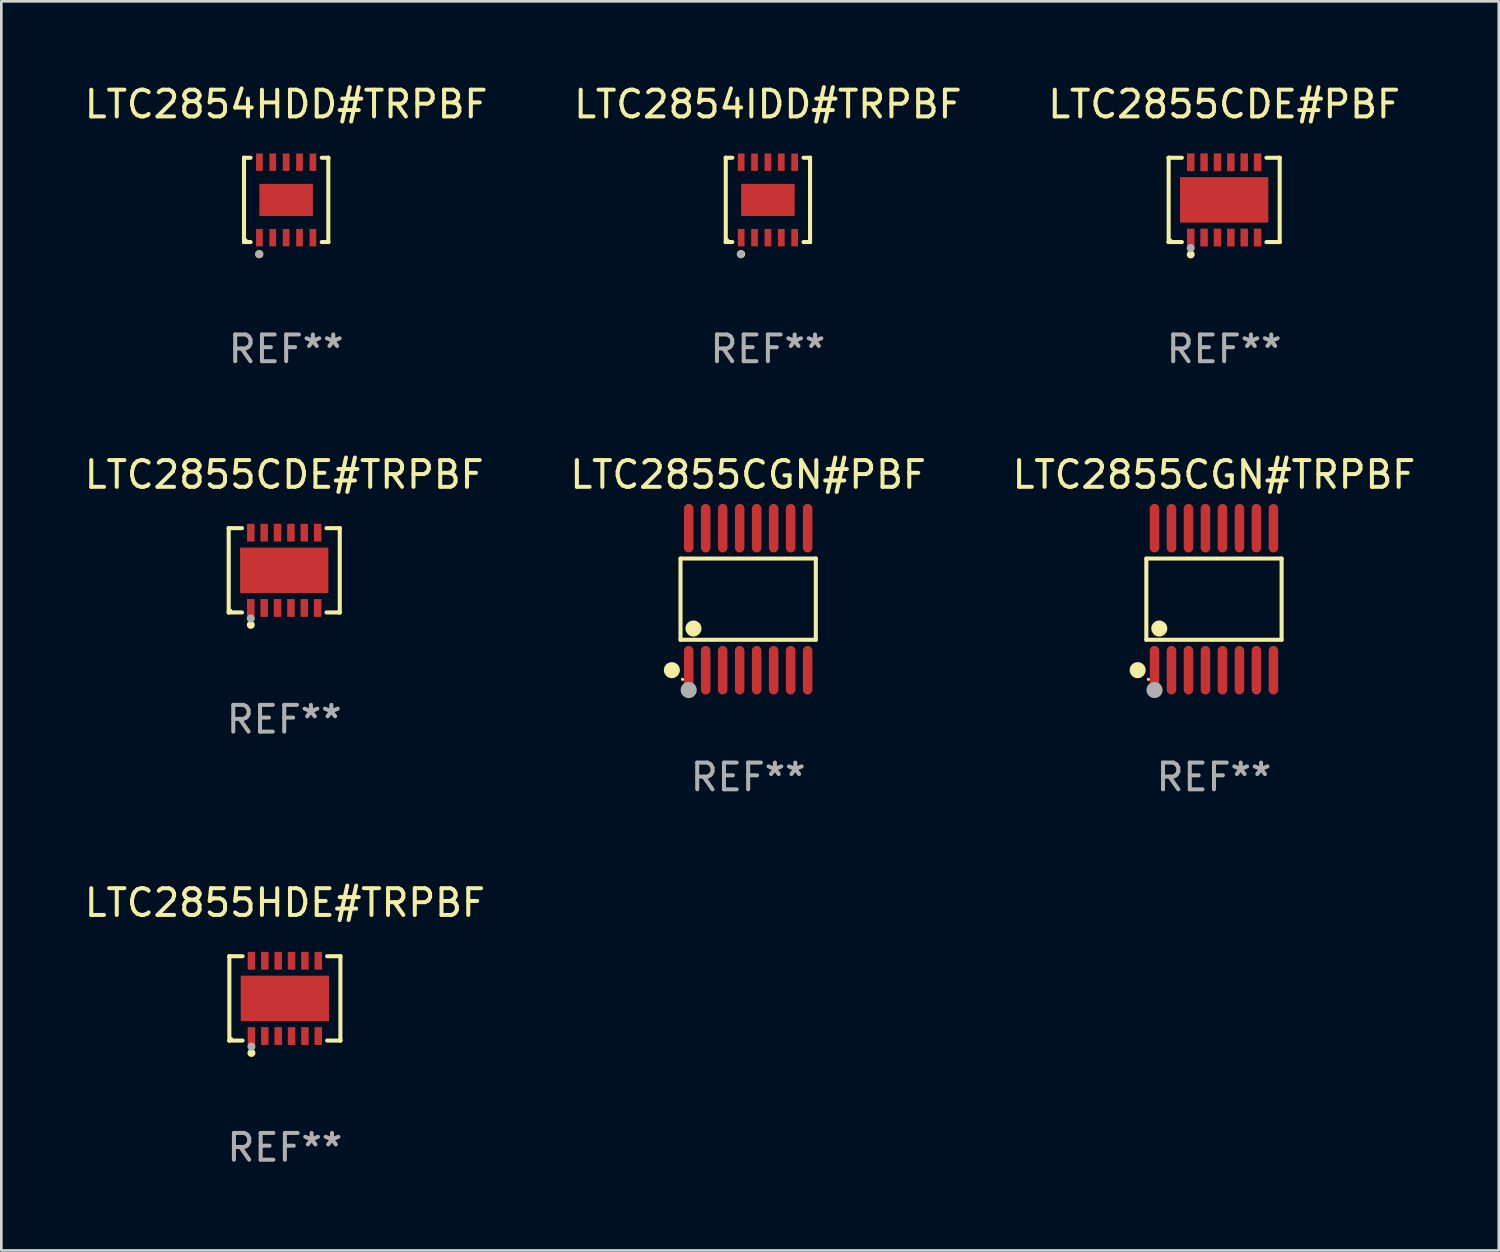
<source format=kicad_pcb>
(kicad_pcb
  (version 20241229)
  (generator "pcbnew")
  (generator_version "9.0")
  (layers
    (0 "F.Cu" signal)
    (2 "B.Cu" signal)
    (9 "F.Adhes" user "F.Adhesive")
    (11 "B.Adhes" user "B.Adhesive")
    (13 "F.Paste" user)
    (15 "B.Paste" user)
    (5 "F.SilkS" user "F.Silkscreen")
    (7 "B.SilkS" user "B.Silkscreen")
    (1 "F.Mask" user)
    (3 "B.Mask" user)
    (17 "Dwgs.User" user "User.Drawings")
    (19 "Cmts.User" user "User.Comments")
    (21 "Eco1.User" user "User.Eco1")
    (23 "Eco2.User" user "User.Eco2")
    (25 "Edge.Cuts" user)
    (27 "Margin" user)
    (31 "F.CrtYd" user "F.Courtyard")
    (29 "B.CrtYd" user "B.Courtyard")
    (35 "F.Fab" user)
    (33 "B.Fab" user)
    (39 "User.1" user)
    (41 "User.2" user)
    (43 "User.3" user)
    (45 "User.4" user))
  (footprint "LTC2854HDD#TRPBF"
    (layer "F.Cu")
    (at 7.649 4.424)
    (property "Reference" "LTC2854HDD#TRPBF" (at 0 -3.576 0) (layer "F.SilkS") (effects (font (size 1 1) (thickness 0.15))))
    (attr through_hole)
    (fp_line (start -1.576 -1.576) (end -1.576 -1.576) (stroke (width 0.152) (type solid)) (layer "F.SilkS"))
    (fp_line (start -1.576 -1.576) (end -1.331 -1.576) (stroke (width 0.152) (type solid)) (layer "F.SilkS"))
    (fp_line (start -1.576 1.576) (end -1.576 -1.576) (stroke (width 0.152) (type solid)) (layer "F.SilkS"))
    (fp_line (start -1.576 1.576) (end -1.576 1.576) (stroke (width 0.152) (type solid)) (layer "F.SilkS"))
    (fp_line (start -1.331 1.576) (end -1.576 1.576) (stroke (width 0.152) (type solid)) (layer "F.SilkS"))
    (fp_line (start 1.331 1.576) (end 1.576 1.576) (stroke (width 0.152) (type solid)) (layer "F.SilkS"))
    (fp_line (start 1.576 -1.576) (end 1.331 -1.576) (stroke (width 0.152) (type solid)) (layer "F.SilkS"))
    (fp_line (start 1.576 -1.576) (end 1.576 -1.576) (stroke (width 0.152) (type solid)) (layer "F.SilkS"))
    (fp_line (start 1.576 1.576) (end 1.576 -1.576) (stroke (width 0.152) (type solid)) (layer "F.SilkS"))
    (fp_line (start 1.576 1.576) (end 1.576 1.576) (stroke (width 0.152) (type solid)) (layer "F.SilkS"))
    (fp_circle (center -1.5 1.5) (end -1.47 1.5) (stroke (width 0.06) (type solid)) (fill no) (layer "F.SilkS"))
    (fp_circle (center -1 2.028) (end -0.925 2.028) (stroke (width 0.15) (type solid)) (fill no) (layer "F.SilkS"))
    (fp_circle (center -1.016 2.032) (end -0.941 2.032) (stroke (width 0.15) (type solid)) (fill no) (layer "F.Fab"))
    (fp_text user "REF**" (at 0 5.576 0) (layer "F.Fab") (effects (font (size 1 1) (thickness 0.15))))
    (pad "1" smd rect (at -1 1.411) (size 0.25 0.65) (layers "F.Cu" "F.Mask" "F.Paste"))
    (pad "2" smd rect (at -0.5 1.411) (size 0.25 0.65) (layers "F.Cu" "F.Mask" "F.Paste"))
    (pad "3" smd rect (at 0 1.411) (size 0.25 0.65) (layers "F.Cu" "F.Mask" "F.Paste"))
    (pad "4" smd rect (at 0.5 1.411) (size 0.25 0.65) (layers "F.Cu" "F.Mask" "F.Paste"))
    (pad "5" smd rect (at 1 1.411) (size 0.25 0.65) (layers "F.Cu" "F.Mask" "F.Paste"))
    (pad "6" smd rect (at 1 -1.411) (size 0.25 0.65) (layers "F.Cu" "F.Mask" "F.Paste"))
    (pad "7" smd rect (at 0.5 -1.411) (size 0.25 0.65) (layers "F.Cu" "F.Mask" "F.Paste"))
    (pad "8" smd rect (at 0 -1.411) (size 0.25 0.65) (layers "F.Cu" "F.Mask" "F.Paste"))
    (pad "9" smd rect (at -0.5 -1.411) (size 0.25 0.65) (layers "F.Cu" "F.Mask" "F.Paste"))
    (pad "10" smd rect (at -1 -1.411) (size 0.25 0.65) (layers "F.Cu" "F.Mask" "F.Paste"))
    (pad "11" smd rect (at 0 0) (size 2 1.2) (layers "F.Cu" "F.Mask" "F.Paste")))
  (footprint "LTC2855CDE#TRPBF"
    (layer "F.Cu")
    (at 7.577 18.273)
    (property "Reference" "LTC2855CDE#TRPBF" (at 0 -3.576 0) (layer "F.SilkS") (effects (font (size 1 1) (thickness 0.15))))
    (attr through_hole)
    (fp_line (start -2.076 -1.576) (end -2.076 -1.576) (stroke (width 0.152) (type solid)) (layer "F.SilkS"))
    (fp_line (start -2.076 -1.576) (end -1.58 -1.576) (stroke (width 0.152) (type solid)) (layer "F.SilkS"))
    (fp_line (start -2.076 1.576) (end -2.076 -1.576) (stroke (width 0.152) (type solid)) (layer "F.SilkS"))
    (fp_line (start -2.076 1.576) (end -2.076 1.576) (stroke (width 0.152) (type solid)) (layer "F.SilkS"))
    (fp_line (start -1.58 1.576) (end -2.076 1.576) (stroke (width 0.152) (type solid)) (layer "F.SilkS"))
    (fp_line (start 1.58 1.576) (end 2.076 1.576) (stroke (width 0.152) (type solid)) (layer "F.SilkS"))
    (fp_line (start 2.076 -1.576) (end 1.58 -1.576) (stroke (width 0.152) (type solid)) (layer "F.SilkS"))
    (fp_line (start 2.076 -1.576) (end 2.076 -1.576) (stroke (width 0.152) (type solid)) (layer "F.SilkS"))
    (fp_line (start 2.076 1.576) (end 2.076 -1.576) (stroke (width 0.152) (type solid)) (layer "F.SilkS"))
    (fp_line (start 2.076 1.576) (end 2.076 1.576) (stroke (width 0.152) (type solid)) (layer "F.SilkS"))
    (fp_circle (center -2 1.5) (end -1.97 1.5) (stroke (width 0.06) (type solid)) (fill no) (layer "F.SilkS"))
    (fp_circle (center -1.25 2.04) (end -1.175 2.04) (stroke (width 0.15) (type solid)) (fill no) (layer "F.SilkS"))
    (fp_circle (center -1.25 1.8) (end -1.175 1.8) (stroke (width 0.15) (type solid)) (fill no) (layer "F.Fab"))
    (fp_text user "REF**" (at 0 5.576 0) (layer "F.Fab") (effects (font (size 1 1) (thickness 0.15))))
    (pad "1" smd rect (at -1.25 1.407) (size 0.28 0.665) (layers "F.Cu" "F.Mask" "F.Paste"))
    (pad "2" smd rect (at -0.75 1.407) (size 0.28 0.665) (layers "F.Cu" "F.Mask" "F.Paste"))
    (pad "3" smd rect (at -0.25 1.407) (size 0.28 0.665) (layers "F.Cu" "F.Mask" "F.Paste"))
    (pad "4" smd rect (at 0.25 1.407) (size 0.28 0.665) (layers "F.Cu" "F.Mask" "F.Paste"))
    (pad "5" smd rect (at 0.75 1.407) (size 0.28 0.665) (layers "F.Cu" "F.Mask" "F.Paste"))
    (pad "6" smd rect (at 1.25 1.407) (size 0.28 0.665) (layers "F.Cu" "F.Mask" "F.Paste"))
    (pad "7" smd rect (at 1.25 -1.407) (size 0.28 0.665) (layers "F.Cu" "F.Mask" "F.Paste"))
    (pad "8" smd rect (at 0.75 -1.407) (size 0.28 0.665) (layers "F.Cu" "F.Mask" "F.Paste"))
    (pad "9" smd rect (at 0.25 -1.407) (size 0.28 0.665) (layers "F.Cu" "F.Mask" "F.Paste"))
    (pad "10" smd rect (at -0.25 -1.407) (size 0.28 0.665) (layers "F.Cu" "F.Mask" "F.Paste"))
    (pad "11" smd rect (at -0.75 -1.407) (size 0.28 0.665) (layers "F.Cu" "F.Mask" "F.Paste"))
    (pad "12" smd rect (at -1.25 -1.407) (size 0.28 0.665) (layers "F.Cu" "F.Mask" "F.Paste"))
    (pad "13" smd rect (at 0 0) (size 3.3 1.7) (layers "F.Cu" "F.Mask" "F.Paste")))
  (footprint "LTC2854IDD#TRPBF"
    (layer "F.Cu")
    (at 25.661 4.424)
    (property "Reference" "LTC2854IDD#TRPBF" (at 0 -3.576 0) (layer "F.SilkS") (effects (font (size 1 1) (thickness 0.15))))
    (attr through_hole)
    (fp_line (start -1.576 -1.576) (end -1.576 -1.576) (stroke (width 0.152) (type solid)) (layer "F.SilkS"))
    (fp_line (start -1.576 -1.576) (end -1.331 -1.576) (stroke (width 0.152) (type solid)) (layer "F.SilkS"))
    (fp_line (start -1.576 1.576) (end -1.576 -1.576) (stroke (width 0.152) (type solid)) (layer "F.SilkS"))
    (fp_line (start -1.576 1.576) (end -1.576 1.576) (stroke (width 0.152) (type solid)) (layer "F.SilkS"))
    (fp_line (start -1.331 1.576) (end -1.576 1.576) (stroke (width 0.152) (type solid)) (layer "F.SilkS"))
    (fp_line (start 1.331 1.576) (end 1.576 1.576) (stroke (width 0.152) (type solid)) (layer "F.SilkS"))
    (fp_line (start 1.576 -1.576) (end 1.331 -1.576) (stroke (width 0.152) (type solid)) (layer "F.SilkS"))
    (fp_line (start 1.576 -1.576) (end 1.576 -1.576) (stroke (width 0.152) (type solid)) (layer "F.SilkS"))
    (fp_line (start 1.576 1.576) (end 1.576 -1.576) (stroke (width 0.152) (type solid)) (layer "F.SilkS"))
    (fp_line (start 1.576 1.576) (end 1.576 1.576) (stroke (width 0.152) (type solid)) (layer "F.SilkS"))
    (fp_circle (center -1.5 1.5) (end -1.47 1.5) (stroke (width 0.06) (type solid)) (fill no) (layer "F.SilkS"))
    (fp_circle (center -1 2.028) (end -0.925 2.028) (stroke (width 0.15) (type solid)) (fill no) (layer "F.SilkS"))
    (fp_circle (center -1.016 2.032) (end -0.941 2.032) (stroke (width 0.15) (type solid)) (fill no) (layer "F.Fab"))
    (fp_text user "REF**" (at 0 5.576 0) (layer "F.Fab") (effects (font (size 1 1) (thickness 0.15))))
    (pad "1" smd rect (at -1 1.411) (size 0.25 0.65) (layers "F.Cu" "F.Mask" "F.Paste"))
    (pad "2" smd rect (at -0.5 1.411) (size 0.25 0.65) (layers "F.Cu" "F.Mask" "F.Paste"))
    (pad "3" smd rect (at 0 1.411) (size 0.25 0.65) (layers "F.Cu" "F.Mask" "F.Paste"))
    (pad "4" smd rect (at 0.5 1.411) (size 0.25 0.65) (layers "F.Cu" "F.Mask" "F.Paste"))
    (pad "5" smd rect (at 1 1.411) (size 0.25 0.65) (layers "F.Cu" "F.Mask" "F.Paste"))
    (pad "6" smd rect (at 1 -1.411) (size 0.25 0.65) (layers "F.Cu" "F.Mask" "F.Paste"))
    (pad "7" smd rect (at 0.5 -1.411) (size 0.25 0.65) (layers "F.Cu" "F.Mask" "F.Paste"))
    (pad "8" smd rect (at 0 -1.411) (size 0.25 0.65) (layers "F.Cu" "F.Mask" "F.Paste"))
    (pad "9" smd rect (at -0.5 -1.411) (size 0.25 0.65) (layers "F.Cu" "F.Mask" "F.Paste"))
    (pad "10" smd rect (at -1 -1.411) (size 0.25 0.65) (layers "F.Cu" "F.Mask" "F.Paste"))
    (pad "11" smd rect (at 0 0) (size 2 1.2) (layers "F.Cu" "F.Mask" "F.Paste")))
  (footprint "LTC2855CDE#PBF"
    (layer "F.Cu")
    (at 42.72 4.424)
    (property "Reference" "LTC2855CDE#PBF" (at 0 -3.576 0) (layer "F.SilkS") (effects (font (size 1 1) (thickness 0.15))))
    (attr through_hole)
    (fp_line (start -2.076 -1.576) (end -2.076 -1.576) (stroke (width 0.152) (type solid)) (layer "F.SilkS"))
    (fp_line (start -2.076 -1.576) (end -1.58 -1.576) (stroke (width 0.152) (type solid)) (layer "F.SilkS"))
    (fp_line (start -2.076 1.576) (end -2.076 -1.576) (stroke (width 0.152) (type solid)) (layer "F.SilkS"))
    (fp_line (start -2.076 1.576) (end -2.076 1.576) (stroke (width 0.152) (type solid)) (layer "F.SilkS"))
    (fp_line (start -1.58 1.576) (end -2.076 1.576) (stroke (width 0.152) (type solid)) (layer "F.SilkS"))
    (fp_line (start 1.58 1.576) (end 2.076 1.576) (stroke (width 0.152) (type solid)) (layer "F.SilkS"))
    (fp_line (start 2.076 -1.576) (end 1.58 -1.576) (stroke (width 0.152) (type solid)) (layer "F.SilkS"))
    (fp_line (start 2.076 -1.576) (end 2.076 -1.576) (stroke (width 0.152) (type solid)) (layer "F.SilkS"))
    (fp_line (start 2.076 1.576) (end 2.076 -1.576) (stroke (width 0.152) (type solid)) (layer "F.SilkS"))
    (fp_line (start 2.076 1.576) (end 2.076 1.576) (stroke (width 0.152) (type solid)) (layer "F.SilkS"))
    (fp_circle (center -2 1.5) (end -1.97 1.5) (stroke (width 0.06) (type solid)) (fill no) (layer "F.SilkS"))
    (fp_circle (center -1.25 2.04) (end -1.175 2.04) (stroke (width 0.15) (type solid)) (fill no) (layer "F.SilkS"))
    (fp_circle (center -1.25 1.8) (end -1.175 1.8) (stroke (width 0.15) (type solid)) (fill no) (layer "F.Fab"))
    (fp_text user "REF**" (at 0 5.576 0) (layer "F.Fab") (effects (font (size 1 1) (thickness 0.15))))
    (pad "1" smd rect (at -1.25 1.407) (size 0.28 0.665) (layers "F.Cu" "F.Mask" "F.Paste"))
    (pad "2" smd rect (at -0.75 1.407) (size 0.28 0.665) (layers "F.Cu" "F.Mask" "F.Paste"))
    (pad "3" smd rect (at -0.25 1.407) (size 0.28 0.665) (layers "F.Cu" "F.Mask" "F.Paste"))
    (pad "4" smd rect (at 0.25 1.407) (size 0.28 0.665) (layers "F.Cu" "F.Mask" "F.Paste"))
    (pad "5" smd rect (at 0.75 1.407) (size 0.28 0.665) (layers "F.Cu" "F.Mask" "F.Paste"))
    (pad "6" smd rect (at 1.25 1.407) (size 0.28 0.665) (layers "F.Cu" "F.Mask" "F.Paste"))
    (pad "7" smd rect (at 1.25 -1.407) (size 0.28 0.665) (layers "F.Cu" "F.Mask" "F.Paste"))
    (pad "8" smd rect (at 0.75 -1.407) (size 0.28 0.665) (layers "F.Cu" "F.Mask" "F.Paste"))
    (pad "9" smd rect (at 0.25 -1.407) (size 0.28 0.665) (layers "F.Cu" "F.Mask" "F.Paste"))
    (pad "10" smd rect (at -0.25 -1.407) (size 0.28 0.665) (layers "F.Cu" "F.Mask" "F.Paste"))
    (pad "11" smd rect (at -0.75 -1.407) (size 0.28 0.665) (layers "F.Cu" "F.Mask" "F.Paste"))
    (pad "12" smd rect (at -1.25 -1.407) (size 0.28 0.665) (layers "F.Cu" "F.Mask" "F.Paste"))
    (pad "13" smd rect (at 0 0) (size 3.3 1.7) (layers "F.Cu" "F.Mask" "F.Paste")))
  (footprint "LTC2855CGN#TRPBF"
    (layer "F.Cu")
    (at 42.339 19.352)
    (property "Reference" "LTC2855CGN#TRPBF" (at 0 -4.655 0) (layer "F.SilkS") (effects (font (size 1 1) (thickness 0.15))))
    (attr through_hole)
    (fp_line (start -2.529 -1.519) (end 2.529 -1.519) (stroke (width 0.152) (type solid)) (layer "F.SilkS"))
    (fp_line (start -2.529 1.519) (end -2.529 -1.519) (stroke (width 0.152) (type solid)) (layer "F.SilkS"))
    (fp_line (start 2.529 -1.519) (end 2.529 1.519) (stroke (width 0.152) (type solid)) (layer "F.SilkS"))
    (fp_line (start 2.529 1.519) (end -2.529 1.519) (stroke (width 0.152) (type solid)) (layer "F.SilkS"))
    (fp_circle (center -2.853 2.655) (end -2.703 2.655) (stroke (width 0.3) (type solid)) (fill no) (layer "F.SilkS"))
    (fp_circle (center -2.453 2.998) (end -2.423 2.998) (stroke (width 0.06) (type solid)) (fill no) (layer "F.SilkS"))
    (fp_circle (center -2.045 1.097) (end -1.895 1.097) (stroke (width 0.3) (type solid)) (fill no) (layer "F.SilkS"))
    (fp_circle (center -2.223 3.398) (end -2.072 3.398) (stroke (width 0.3) (type solid)) (fill no) (layer "F.Fab"))
    (fp_text user "REF**" (at 0 6.655 0) (layer "F.Fab") (effects (font (size 1 1) (thickness 0.15))))
    (pad "1" smd oval (at -2.223 2.655) (size 0.356 1.815) (layers "F.Cu" "F.Mask" "F.Paste"))
    (pad "2" smd oval (at -1.588 2.655) (size 0.356 1.815) (layers "F.Cu" "F.Mask" "F.Paste"))
    (pad "3" smd oval (at -0.953 2.655) (size 0.356 1.815) (layers "F.Cu" "F.Mask" "F.Paste"))
    (pad "4" smd oval (at -0.318 2.655) (size 0.356 1.815) (layers "F.Cu" "F.Mask" "F.Paste"))
    (pad "5" smd oval (at 0.318 2.655) (size 0.356 1.815) (layers "F.Cu" "F.Mask" "F.Paste"))
    (pad "6" smd oval (at 0.953 2.655) (size 0.356 1.815) (layers "F.Cu" "F.Mask" "F.Paste"))
    (pad "7" smd oval (at 1.588 2.655) (size 0.356 1.815) (layers "F.Cu" "F.Mask" "F.Paste"))
    (pad "8" smd oval (at 2.223 2.655) (size 0.356 1.815) (layers "F.Cu" "F.Mask" "F.Paste"))
    (pad "9" smd oval (at 2.223 -2.655) (size 0.356 1.815) (layers "F.Cu" "F.Mask" "F.Paste"))
    (pad "10" smd oval (at 1.588 -2.655) (size 0.356 1.815) (layers "F.Cu" "F.Mask" "F.Paste"))
    (pad "11" smd oval (at 0.953 -2.655) (size 0.356 1.815) (layers "F.Cu" "F.Mask" "F.Paste"))
    (pad "12" smd oval (at 0.318 -2.655) (size 0.356 1.815) (layers "F.Cu" "F.Mask" "F.Paste"))
    (pad "13" smd oval (at -0.318 -2.655) (size 0.356 1.815) (layers "F.Cu" "F.Mask" "F.Paste"))
    (pad "14" smd oval (at -0.953 -2.655) (size 0.356 1.815) (layers "F.Cu" "F.Mask" "F.Paste"))
    (pad "15" smd oval (at -1.588 -2.655) (size 0.356 1.815) (layers "F.Cu" "F.Mask" "F.Paste"))
    (pad "16" smd oval (at -2.223 -2.655) (size 0.356 1.815) (layers "F.Cu" "F.Mask" "F.Paste")))
  (footprint "LTC2855HDE#TRPBF"
    (layer "F.Cu")
    (at 7.601 34.279)
    (property "Reference" "LTC2855HDE#TRPBF" (at 0 -3.576 0) (layer "F.SilkS") (effects (font (size 1 1) (thickness 0.15))))
    (attr through_hole)
    (fp_line (start -2.076 -1.576) (end -2.076 -1.576) (stroke (width 0.152) (type solid)) (layer "F.SilkS"))
    (fp_line (start -2.076 -1.576) (end -1.58 -1.576) (stroke (width 0.152) (type solid)) (layer "F.SilkS"))
    (fp_line (start -2.076 1.576) (end -2.076 -1.576) (stroke (width 0.152) (type solid)) (layer "F.SilkS"))
    (fp_line (start -2.076 1.576) (end -2.076 1.576) (stroke (width 0.152) (type solid)) (layer "F.SilkS"))
    (fp_line (start -1.58 1.576) (end -2.076 1.576) (stroke (width 0.152) (type solid)) (layer "F.SilkS"))
    (fp_line (start 1.58 1.576) (end 2.076 1.576) (stroke (width 0.152) (type solid)) (layer "F.SilkS"))
    (fp_line (start 2.076 -1.576) (end 1.58 -1.576) (stroke (width 0.152) (type solid)) (layer "F.SilkS"))
    (fp_line (start 2.076 -1.576) (end 2.076 -1.576) (stroke (width 0.152) (type solid)) (layer "F.SilkS"))
    (fp_line (start 2.076 1.576) (end 2.076 -1.576) (stroke (width 0.152) (type solid)) (layer "F.SilkS"))
    (fp_line (start 2.076 1.576) (end 2.076 1.576) (stroke (width 0.152) (type solid)) (layer "F.SilkS"))
    (fp_circle (center -2 1.5) (end -1.97 1.5) (stroke (width 0.06) (type solid)) (fill no) (layer "F.SilkS"))
    (fp_circle (center -1.25 2.04) (end -1.175 2.04) (stroke (width 0.15) (type solid)) (fill no) (layer "F.SilkS"))
    (fp_circle (center -1.25 1.8) (end -1.175 1.8) (stroke (width 0.15) (type solid)) (fill no) (layer "F.Fab"))
    (fp_text user "REF**" (at 0 5.576 0) (layer "F.Fab") (effects (font (size 1 1) (thickness 0.15))))
    (pad "1" smd rect (at -1.25 1.407) (size 0.28 0.665) (layers "F.Cu" "F.Mask" "F.Paste"))
    (pad "2" smd rect (at -0.75 1.407) (size 0.28 0.665) (layers "F.Cu" "F.Mask" "F.Paste"))
    (pad "3" smd rect (at -0.25 1.407) (size 0.28 0.665) (layers "F.Cu" "F.Mask" "F.Paste"))
    (pad "4" smd rect (at 0.25 1.407) (size 0.28 0.665) (layers "F.Cu" "F.Mask" "F.Paste"))
    (pad "5" smd rect (at 0.75 1.407) (size 0.28 0.665) (layers "F.Cu" "F.Mask" "F.Paste"))
    (pad "6" smd rect (at 1.25 1.407) (size 0.28 0.665) (layers "F.Cu" "F.Mask" "F.Paste"))
    (pad "7" smd rect (at 1.25 -1.407) (size 0.28 0.665) (layers "F.Cu" "F.Mask" "F.Paste"))
    (pad "8" smd rect (at 0.75 -1.407) (size 0.28 0.665) (layers "F.Cu" "F.Mask" "F.Paste"))
    (pad "9" smd rect (at 0.25 -1.407) (size 0.28 0.665) (layers "F.Cu" "F.Mask" "F.Paste"))
    (pad "10" smd rect (at -0.25 -1.407) (size 0.28 0.665) (layers "F.Cu" "F.Mask" "F.Paste"))
    (pad "11" smd rect (at -0.75 -1.407) (size 0.28 0.665) (layers "F.Cu" "F.Mask" "F.Paste"))
    (pad "12" smd rect (at -1.25 -1.407) (size 0.28 0.665) (layers "F.Cu" "F.Mask" "F.Paste"))
    (pad "13" smd rect (at 0 0) (size 3.3 1.7) (layers "F.Cu" "F.Mask" "F.Paste")))
  (footprint "LTC2855CGN#PBF"
    (layer "F.Cu")
    (at 24.923 19.352)
    (property "Reference" "LTC2855CGN#PBF" (at 0 -4.655 0) (layer "F.SilkS") (effects (font (size 1 1) (thickness 0.15))))
    (attr through_hole)
    (fp_line (start -2.529 -1.519) (end 2.529 -1.519) (stroke (width 0.152) (type solid)) (layer "F.SilkS"))
    (fp_line (start -2.529 1.519) (end -2.529 -1.519) (stroke (width 0.152) (type solid)) (layer "F.SilkS"))
    (fp_line (start 2.529 -1.519) (end 2.529 1.519) (stroke (width 0.152) (type solid)) (layer "F.SilkS"))
    (fp_line (start 2.529 1.519) (end -2.529 1.519) (stroke (width 0.152) (type solid)) (layer "F.SilkS"))
    (fp_circle (center -2.853 2.655) (end -2.703 2.655) (stroke (width 0.3) (type solid)) (fill no) (layer "F.SilkS"))
    (fp_circle (center -2.453 2.998) (end -2.423 2.998) (stroke (width 0.06) (type solid)) (fill no) (layer "F.SilkS"))
    (fp_circle (center -2.045 1.097) (end -1.895 1.097) (stroke (width 0.3) (type solid)) (fill no) (layer "F.SilkS"))
    (fp_circle (center -2.223 3.398) (end -2.072 3.398) (stroke (width 0.3) (type solid)) (fill no) (layer "F.Fab"))
    (fp_text user "REF**" (at 0 6.655 0) (layer "F.Fab") (effects (font (size 1 1) (thickness 0.15))))
    (pad "1" smd oval (at -2.223 2.655) (size 0.356 1.815) (layers "F.Cu" "F.Mask" "F.Paste"))
    (pad "2" smd oval (at -1.588 2.655) (size 0.356 1.815) (layers "F.Cu" "F.Mask" "F.Paste"))
    (pad "3" smd oval (at -0.953 2.655) (size 0.356 1.815) (layers "F.Cu" "F.Mask" "F.Paste"))
    (pad "4" smd oval (at -0.318 2.655) (size 0.356 1.815) (layers "F.Cu" "F.Mask" "F.Paste"))
    (pad "5" smd oval (at 0.318 2.655) (size 0.356 1.815) (layers "F.Cu" "F.Mask" "F.Paste"))
    (pad "6" smd oval (at 0.953 2.655) (size 0.356 1.815) (layers "F.Cu" "F.Mask" "F.Paste"))
    (pad "7" smd oval (at 1.588 2.655) (size 0.356 1.815) (layers "F.Cu" "F.Mask" "F.Paste"))
    (pad "8" smd oval (at 2.223 2.655) (size 0.356 1.815) (layers "F.Cu" "F.Mask" "F.Paste"))
    (pad "9" smd oval (at 2.223 -2.655) (size 0.356 1.815) (layers "F.Cu" "F.Mask" "F.Paste"))
    (pad "10" smd oval (at 1.588 -2.655) (size 0.356 1.815) (layers "F.Cu" "F.Mask" "F.Paste"))
    (pad "11" smd oval (at 0.953 -2.655) (size 0.356 1.815) (layers "F.Cu" "F.Mask" "F.Paste"))
    (pad "12" smd oval (at 0.318 -2.655) (size 0.356 1.815) (layers "F.Cu" "F.Mask" "F.Paste"))
    (pad "13" smd oval (at -0.318 -2.655) (size 0.356 1.815) (layers "F.Cu" "F.Mask" "F.Paste"))
    (pad "14" smd oval (at -0.953 -2.655) (size 0.356 1.815) (layers "F.Cu" "F.Mask" "F.Paste"))
    (pad "15" smd oval (at -1.588 -2.655) (size 0.356 1.815) (layers "F.Cu" "F.Mask" "F.Paste"))
    (pad "16" smd oval (at -2.223 -2.655) (size 0.356 1.815) (layers "F.Cu" "F.Mask" "F.Paste")))
  (gr_rect
    (start -3 -3)
    (end 52.988 43.704)
    (stroke (width 0.1) (type default))
    (fill no)
    (layer "Edge.Cuts")))
</source>
